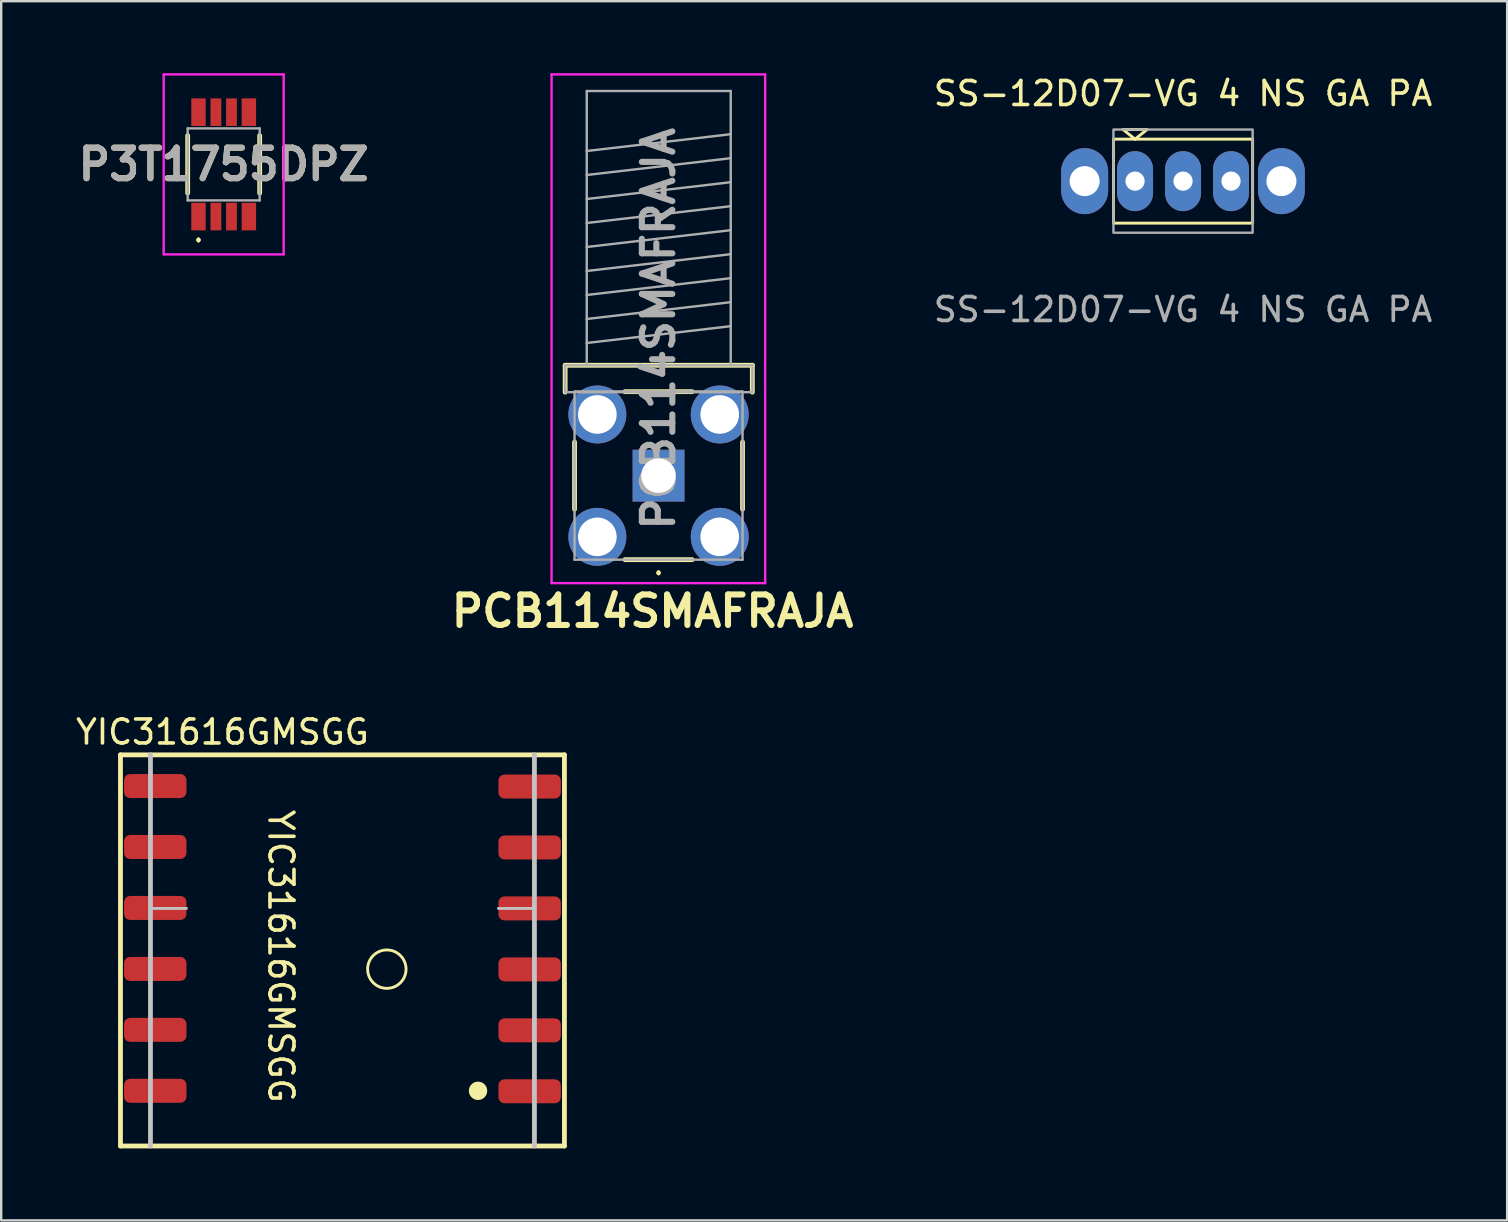
<source format=kicad_pcb>
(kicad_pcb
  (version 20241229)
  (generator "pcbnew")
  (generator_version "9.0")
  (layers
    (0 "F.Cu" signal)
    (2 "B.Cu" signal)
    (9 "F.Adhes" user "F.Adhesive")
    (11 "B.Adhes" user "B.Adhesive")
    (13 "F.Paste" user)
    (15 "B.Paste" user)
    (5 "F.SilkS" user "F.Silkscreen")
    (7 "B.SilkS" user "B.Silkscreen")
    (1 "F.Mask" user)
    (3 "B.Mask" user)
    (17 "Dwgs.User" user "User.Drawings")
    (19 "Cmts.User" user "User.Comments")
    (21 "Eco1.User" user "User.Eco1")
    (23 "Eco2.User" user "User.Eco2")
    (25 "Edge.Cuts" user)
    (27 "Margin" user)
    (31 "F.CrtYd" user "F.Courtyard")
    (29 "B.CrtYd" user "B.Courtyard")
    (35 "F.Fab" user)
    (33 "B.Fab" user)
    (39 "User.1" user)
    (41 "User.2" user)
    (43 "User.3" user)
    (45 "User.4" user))
  (footprint "SS-12D07-VG 4 NS GA PA"
    (layer "F.Cu")
    (at 46.248 4.448)
    (property "Reference" "SS-12D07-VG 4 NS GA PA" (at 0 -3.6 0) (unlocked yes) (layer "F.SilkS") (effects (font (size 1 1) (thickness 0.15))))
    (attr through_hole)
    (fp_line (start -2 -1.7) (end -2.5 -2.1) (stroke (width 0.12) (type solid)) (layer "F.SilkS"))
    (fp_line (start -2 -1.7) (end -1.5 -2.1) (stroke (width 0.12) (type solid)) (layer "F.SilkS"))
    (fp_line (start -1.5 -2.1) (end -2.5 -2.1) (stroke (width 0.12) (type default)) (layer "F.SilkS"))
    (fp_rect (start 2.9 -1.7) (end -2.9 1.8) (stroke (width 0.12) (type solid)) (fill no) (layer "F.SilkS"))
    (fp_rect (start 2.9 -2.1) (end -2.9 2.2) (stroke (width 0.1) (type solid)) (fill no) (layer "F.Fab"))
    (fp_text user "${REFERENCE}" (at 0 5.4 0) (unlocked yes) (layer "F.Fab") (effects (font (size 1 1) (thickness 0.15))))
    (pad "" thru_hole oval (at -4.1 0.05) (size 1.96 2.75) (drill 1.25) (layers "*.Cu" "*.Mask"))
    (pad "" thru_hole oval (at 4.1 0.05) (size 1.95 2.75) (drill 1.25) (layers "*.Cu" "*.Mask"))
    (pad "1" thru_hole oval (at -2 0.05) (size 1.5 2.5) (drill 0.8) (layers "*.Cu" "*.Mask"))
    (pad "2" thru_hole oval (at 0 0.05) (size 1.5 2.5) (drill 0.8) (layers "*.Cu" "*.Mask"))
    (pad "3" thru_hole oval (at 2 0.05) (size 1.5 2.5) (drill 0.8) (layers "*.Cu" "*.Mask")))
  (footprint "P3T1755DPZ"
    (layer "F.Cu")
    (at 6.271 3.8)
    (property "Reference" "P3T1755DPZ" (at 0 0 0) (layer "F.SilkS") (effects (font (size 1.27 1.27) (thickness 0.254))))
    (attr smd)
    (fp_line (start -1.5 -1.2) (end -1.5 1.2) (stroke (width 0.2) (type solid)) (layer "F.SilkS"))
    (fp_line (start -1.05 3.1) (end -1.05 3.1) (stroke (width 0.1) (type solid)) (layer "F.SilkS"))
    (fp_line (start -1.05 3.2) (end -1.05 3.2) (stroke (width 0.1) (type solid)) (layer "F.SilkS"))
    (fp_line (start 1.5 -1.2) (end 1.5 1.2) (stroke (width 0.2) (type solid)) (layer "F.SilkS"))
    (fp_arc (start -1.05 3.1) (mid -1 3.15) (end -1.05 3.2) (stroke (width 0.1) (type solid)) (layer "F.SilkS"))
    (fp_arc (start -1.05 3.2) (mid -1.1 3.15) (end -1.05 3.1) (stroke (width 0.1) (type solid)) (layer "F.SilkS"))
    (fp_line (start -2.5 -3.75) (end 2.5 -3.75) (stroke (width 0.1) (type solid)) (layer "F.CrtYd"))
    (fp_line (start -2.5 3.75) (end -2.5 -3.75) (stroke (width 0.1) (type solid)) (layer "F.CrtYd"))
    (fp_line (start 2.5 -3.75) (end 2.5 3.75) (stroke (width 0.1) (type solid)) (layer "F.CrtYd"))
    (fp_line (start 2.5 3.75) (end -2.5 3.75) (stroke (width 0.1) (type solid)) (layer "F.CrtYd"))
    (fp_line (start -1.5 -1.5) (end 1.5 -1.5) (stroke (width 0.1) (type solid)) (layer "F.Fab"))
    (fp_line (start -1.5 1.5) (end -1.5 -1.5) (stroke (width 0.1) (type solid)) (layer "F.Fab"))
    (fp_line (start 1.5 -1.5) (end 1.5 1.5) (stroke (width 0.1) (type solid)) (layer "F.Fab"))
    (fp_line (start 1.5 1.5) (end -1.5 1.5) (stroke (width 0.1) (type solid)) (layer "F.Fab"))
    (fp_text user "${REFERENCE}" (at 0 0 0) (layer "F.Fab") (effects (font (size 1.27 1.27) (thickness 0.254))))
    (pad "1" smd rect (at -1.05 2.175) (size 0.6 1.15) (layers "F.Cu" "F.Mask" "F.Paste"))
    (pad "2" smd rect (at -0.325 2.175) (size 0.45 1.15) (layers "F.Cu" "F.Mask" "F.Paste"))
    (pad "3" smd rect (at 0.325 2.175) (size 0.45 1.15) (layers "F.Cu" "F.Mask" "F.Paste"))
    (pad "4" smd rect (at 1.05 2.175) (size 0.6 1.15) (layers "F.Cu" "F.Mask" "F.Paste"))
    (pad "5" smd rect (at 1.05 -2.175) (size 0.6 1.15) (layers "F.Cu" "F.Mask" "F.Paste"))
    (pad "6" smd rect (at 0.325 -2.175) (size 0.45 1.15) (layers "F.Cu" "F.Mask" "F.Paste"))
    (pad "7" smd rect (at -0.325 -2.175) (size 0.45 1.15) (layers "F.Cu" "F.Mask" "F.Paste"))
    (pad "8" smd rect (at -1.05 -2.175) (size 0.6 1.15) (layers "F.Cu" "F.Mask" "F.Paste")))
  (footprint "YIC31616GMSGG"
    (layer "F.Cu")
    (at 3.47 29.705)
    (property "Reference" "YIC31616GMSGG" (at 2.75 -2.25 0) (unlocked yes) (layer "F.SilkS") (effects (font (size 1 1) (thickness 0.15))))
    (attr smd)
    (fp_line (start -1.5 -1.3) (end 17 -1.3) (stroke (width 0.2) (type default)) (layer "F.SilkS"))
    (fp_line (start -1.5 15) (end -1.5 -1.3) (stroke (width 0.2) (type default)) (layer "F.SilkS"))
    (fp_line (start -1.5 15) (end 17 15) (stroke (width 0.2) (type default)) (layer "F.SilkS"))
    (fp_line (start 17 15) (end 9.6 15) (stroke (width 0.12) (type default)) (layer "F.SilkS"))
    (fp_line (start 17 15) (end 17 -1.3) (stroke (width 0.2) (type default)) (layer "F.SilkS"))
    (fp_circle (center 9.6 7.63) (end 10.4 7.65) (stroke (width 0.12) (type default)) (fill no) (layer "F.SilkS"))
    (fp_circle (center 13.4 12.7) (end 13.683 12.7) (stroke (width 0.2) (type solid)) (fill yes) (layer "F.SilkS"))
    (fp_line (start -0.25 -1.3) (end -0.25 15) (stroke (width 0.2) (type solid)) (layer "Dwgs.User"))
    (fp_line (start 1.25 5.1) (end -0.25 5.1) (stroke (width 0.12) (type default)) (layer "Dwgs.User"))
    (fp_line (start 15.75 -1.3) (end 15.75 15) (stroke (width 0.2) (type solid)) (layer "Dwgs.User"))
    (fp_line (start 15.75 5.1) (end 14.25 5.1) (stroke (width 0.12) (type default)) (layer "Dwgs.User"))
    (fp_text user "YIC31616GMSGG" (at 4.6 0.9 270) (unlocked yes) (layer "F.SilkS") (effects (font (size 1 1) (thickness 0.15)) (justify left bottom)))
    (pad "1" smd roundrect (at 15.55 12.72) (size 2.6 1) (layers "F.Cu" "F.Mask" "F.Paste") (roundrect_rratio 0.25))
    (pad "2" smd roundrect (at 15.55 10.18) (size 2.6 1) (layers "F.Cu" "F.Mask" "F.Paste") (roundrect_rratio 0.25))
    (pad "3" smd roundrect (at 15.55 7.64) (size 2.6 1) (layers "F.Cu" "F.Mask" "F.Paste") (roundrect_rratio 0.25))
    (pad "4" smd roundrect (at 15.55 5.1) (size 2.6 1) (layers "F.Cu" "F.Mask" "F.Paste") (roundrect_rratio 0.25))
    (pad "5" smd roundrect (at 15.55 2.56) (size 2.6 1) (layers "F.Cu" "F.Mask" "F.Paste") (roundrect_rratio 0.25))
    (pad "6" smd roundrect (at 15.55 0.02) (size 2.6 1) (layers "F.Cu" "F.Mask" "F.Paste") (roundrect_rratio 0.25))
    (pad "7" smd roundrect (at -0.05 0) (size 2.6 1) (layers "F.Cu" "F.Mask" "F.Paste") (roundrect_rratio 0.25))
    (pad "8" smd roundrect (at -0.05 2.54) (size 2.6 1) (layers "F.Cu" "F.Mask" "F.Paste") (roundrect_rratio 0.25))
    (pad "9" smd roundrect (at -0.05 5.08) (size 2.6 1) (layers "F.Cu" "F.Mask" "F.Paste") (roundrect_rratio 0.25))
    (pad "10" smd roundrect (at -0.05 7.62) (size 2.6 1) (layers "F.Cu" "F.Mask" "F.Paste") (roundrect_rratio 0.25))
    (pad "11" smd roundrect (at -0.05 10.16) (size 2.6 1) (layers "F.Cu" "F.Mask" "F.Paste") (roundrect_rratio 0.25))
    (pad "12" smd roundrect (at -0.05 12.7) (size 2.6 1) (layers "F.Cu" "F.Mask" "F.Paste") (roundrect_rratio 0.25))
    (zone (net_name "") (layers "F.Cu" "B.Cu") (name "Antenna Feed Point Keepout") (hatch edge 0.5) (connect_pads) (min_thickness 0.25) (filled_areas_thickness no) (keepout (tracks not_allowed) (vias not_allowed) (pads not_allowed) (copperpour not_allowed) (footprints allowed)) (placement (enabled no)) (fill) (polygon (pts (xy 15.77 37.335) (xy 14.987 35.433) (xy 13.07 34.635) (xy 11.168 35.419) (xy 10.37 37.335) (xy 11.154 39.237) (xy 13.07 40.035) (xy 14.972 39.251)))))
  (footprint "PCB114SMAFRAJA"
    (layer "F.Cu")
    (at 24.392 16.768)
    (property "Reference" "PCB114SMAFRAJA" (at -0.25 5.65 0) (layer "F.SilkS") (effects (font (size 1.27 1.27) (thickness 0.254))))
    (attr through_hole)
    (fp_line (start -3.892 -4.596) (end -3.892 -3.476) (stroke (width 0.2) (type solid)) (layer "F.SilkS"))
    (fp_line (start -3.5 -1.397) (end -3.5 1.403) (stroke (width 0.2) (type solid)) (layer "F.SilkS"))
    (fp_line (start -1.4 3.503) (end 1.4 3.503) (stroke (width 0.2) (type solid)) (layer "F.SilkS"))
    (fp_line (start 0 4.003) (end 0 4.003) (stroke (width 0.1) (type solid)) (layer "F.SilkS"))
    (fp_line (start 0 4.103) (end 0 4.103) (stroke (width 0.1) (type solid)) (layer "F.SilkS"))
    (fp_line (start 1.4 -3.497) (end -1.4 -3.497) (stroke (width 0.2) (type solid)) (layer "F.SilkS"))
    (fp_line (start 3.5 -1.397) (end 3.5 1.403) (stroke (width 0.2) (type solid)) (layer "F.SilkS"))
    (fp_line (start 3.908 -4.596) (end -3.892 -4.596) (stroke (width 0.2) (type solid)) (layer "F.SilkS"))
    (fp_line (start 3.908 -3.476) (end 3.908 -4.596) (stroke (width 0.2) (type solid)) (layer "F.SilkS"))
    (fp_arc (start 0 4.00297) (mid 0.05 4.05297) (end 0 4.10297) (stroke (width 0.1) (type solid)) (layer "F.SilkS"))
    (fp_arc (start 0 4.10297) (mid -0.05 4.05297) (end 0 4.00297) (stroke (width 0.1) (type solid)) (layer "F.SilkS"))
    (fp_line (start -4.458 -16.718) (end 4.442 -16.718) (stroke (width 0.1) (type solid)) (layer "F.CrtYd"))
    (fp_line (start -4.458 4.482) (end -4.458 -16.718) (stroke (width 0.1) (type solid)) (layer "F.CrtYd"))
    (fp_line (start 4.442 -16.718) (end 4.442 4.482) (stroke (width 0.1) (type solid)) (layer "F.CrtYd"))
    (fp_line (start 4.442 4.482) (end -4.458 4.482) (stroke (width 0.1) (type solid)) (layer "F.CrtYd"))
    (fp_line (start -3.892 -4.596) (end -3.892 -3.476) (stroke (width 0.1) (type solid)) (layer "F.Fab"))
    (fp_line (start -3.892 -3.476) (end 3.908 -3.476) (stroke (width 0.1) (type solid)) (layer "F.Fab"))
    (fp_line (start -3.5 -3.497) (end -3.5 3.503) (stroke (width 0.1) (type solid)) (layer "F.Fab"))
    (fp_line (start -3.5 3.503) (end 3.5 3.503) (stroke (width 0.1) (type solid)) (layer "F.Fab"))
    (fp_line (start -2.992 -16.026) (end -2.992 -4.596) (stroke (width 0.1) (type solid)) (layer "F.Fab"))
    (fp_line (start -2.992 -16.026) (end 3.008 -16.026) (stroke (width 0.1) (type solid)) (layer "F.Fab"))
    (fp_line (start -2.992 -13.526) (end 3.008 -14.226) (stroke (width 0.1) (type solid)) (layer "F.Fab"))
    (fp_line (start -2.992 -12.526) (end 3.008 -13.226) (stroke (width 0.1) (type solid)) (layer "F.Fab"))
    (fp_line (start -2.992 -11.526) (end 3.008 -12.226) (stroke (width 0.1) (type solid)) (layer "F.Fab"))
    (fp_line (start -2.992 -10.526) (end 3.008 -11.226) (stroke (width 0.1) (type solid)) (layer "F.Fab"))
    (fp_line (start -2.992 -9.526) (end 3.008 -10.226) (stroke (width 0.1) (type solid)) (layer "F.Fab"))
    (fp_line (start -2.992 -8.526) (end 3.008 -9.226) (stroke (width 0.1) (type solid)) (layer "F.Fab"))
    (fp_line (start -2.992 -7.526) (end 3.008 -8.226) (stroke (width 0.1) (type solid)) (layer "F.Fab"))
    (fp_line (start -2.992 -6.526) (end 3.008 -7.226) (stroke (width 0.1) (type solid)) (layer "F.Fab"))
    (fp_line (start -2.992 -5.526) (end 3.008 -6.226) (stroke (width 0.1) (type solid)) (layer "F.Fab"))
    (fp_line (start 3.008 -16.026) (end 3.008 -4.596) (stroke (width 0.1) (type solid)) (layer "F.Fab"))
    (fp_line (start 3.5 -3.497) (end -3.5 -3.497) (stroke (width 0.1) (type solid)) (layer "F.Fab"))
    (fp_line (start 3.5 -3.497) (end -3.5 -3.497) (stroke (width 0.1) (type solid)) (layer "F.Fab"))
    (fp_line (start 3.5 3.503) (end 3.5 -3.497) (stroke (width 0.1) (type solid)) (layer "F.Fab"))
    (fp_line (start 3.908 -4.596) (end -3.892 -4.596) (stroke (width 0.1) (type solid)) (layer "F.Fab"))
    (fp_line (start 3.908 -3.476) (end 3.908 -4.596) (stroke (width 0.1) (type solid)) (layer "F.Fab"))
    (fp_text user "${REFERENCE}" (at 0 -6.118 270) (layer "F.Fab") (effects (font (size 1.27 1.27) (thickness 0.254))))
    (pad "1" thru_hole rect (at 0 0.003 270) (size 2.16 2.16) (drill 1.44) (layers "*.Cu" "*.Mask"))
    (pad "2" thru_hole circle (at -2.55 -2.547 270) (size 2.415 2.415) (drill 1.61) (layers "*.Cu" "*.Mask"))
    (pad "2" thru_hole circle (at -2.55 2.553 270) (size 2.415 2.415) (drill 1.61) (layers "*.Cu" "*.Mask"))
    (pad "2" thru_hole circle (at 2.55 -2.547 270) (size 2.415 2.415) (drill 1.61) (layers "*.Cu" "*.Mask"))
    (pad "2" thru_hole circle (at 2.55 2.553 270) (size 2.415 2.415) (drill 1.61) (layers "*.Cu" "*.Mask")))
  (gr_rect
    (start -3 -3)
    (end 59.754 47.805)
    (stroke (width 0.1) (type default))
    (fill no)
    (layer "Edge.Cuts")))
</source>
